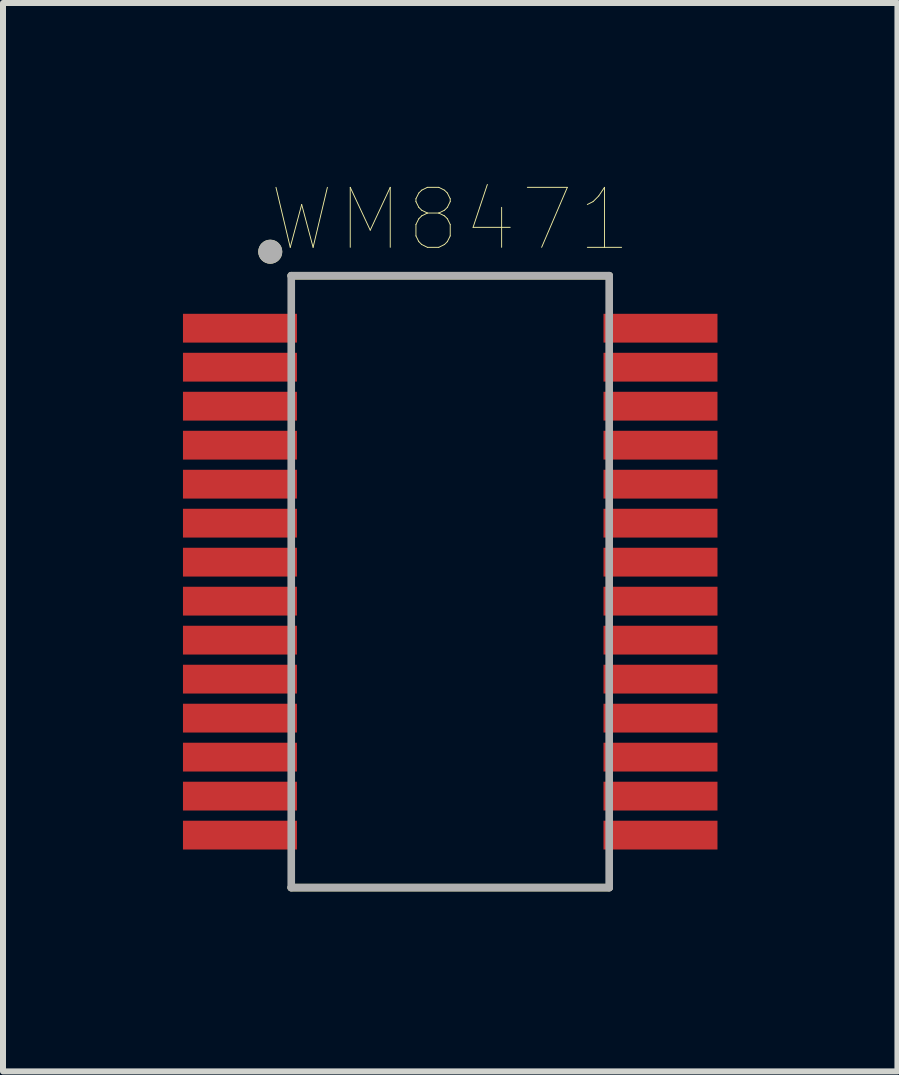
<source format=kicad_pcb>
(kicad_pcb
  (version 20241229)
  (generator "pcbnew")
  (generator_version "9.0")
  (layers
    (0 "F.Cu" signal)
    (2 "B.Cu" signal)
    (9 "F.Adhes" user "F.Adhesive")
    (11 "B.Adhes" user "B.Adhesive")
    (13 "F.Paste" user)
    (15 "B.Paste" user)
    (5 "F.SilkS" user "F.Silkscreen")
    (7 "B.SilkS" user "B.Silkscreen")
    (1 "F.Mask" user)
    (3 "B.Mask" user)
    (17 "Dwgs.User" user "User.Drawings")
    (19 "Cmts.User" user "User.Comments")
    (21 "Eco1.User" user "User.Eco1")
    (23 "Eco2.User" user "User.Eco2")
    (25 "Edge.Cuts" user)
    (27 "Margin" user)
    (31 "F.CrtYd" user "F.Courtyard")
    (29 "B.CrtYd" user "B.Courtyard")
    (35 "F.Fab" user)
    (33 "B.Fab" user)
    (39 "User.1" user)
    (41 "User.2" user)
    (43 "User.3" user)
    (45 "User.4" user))
  (footprint "WM8471"
    (layer "F.Cu")
    (at 4.455 6.646)
    (property "Reference" "WM8471" (at 0 -6.035 0) (layer "F.SilkS") (effects (font (size 1 1) (thickness 0.015))))
    (attr smd)
    (fp_line (start -2.65 -5.1) (end 2.65 -5.1) (stroke (width 0.127) (type solid)) (layer "F.SilkS"))
    (fp_line (start -2.65 5.1) (end 2.65 5.1) (stroke (width 0.127) (type solid)) (layer "F.SilkS"))
    (fp_circle (center -3 -5.5) (end -2.9 -5.5) (stroke (width 0.2) (type solid)) (fill no) (layer "F.SilkS"))
    (fp_line (start -2.65 -5.1) (end -2.65 5.1) (stroke (width 0.127) (type solid)) (layer "F.Fab"))
    (fp_line (start -2.65 -5.1) (end 2.65 -5.1) (stroke (width 0.127) (type solid)) (layer "F.Fab"))
    (fp_line (start -2.65 5.1) (end 2.65 5.1) (stroke (width 0.127) (type solid)) (layer "F.Fab"))
    (fp_line (start 2.65 -5.1) (end 2.65 5.1) (stroke (width 0.127) (type solid)) (layer "F.Fab"))
    (fp_circle (center -3 -5.5) (end -2.9 -5.5) (stroke (width 0.2) (type solid)) (fill no) (layer "F.Fab"))
    (pad "1" smd rect (at -3.505 -4.225) (size 1.9 0.48) (layers "F.Cu" "F.Mask" "F.Paste"))
    (pad "2" smd rect (at -3.505 -3.575) (size 1.9 0.48) (layers "F.Cu" "F.Mask" "F.Paste"))
    (pad "3" smd rect (at -3.505 -2.925) (size 1.9 0.48) (layers "F.Cu" "F.Mask" "F.Paste"))
    (pad "4" smd rect (at -3.505 -2.275) (size 1.9 0.48) (layers "F.Cu" "F.Mask" "F.Paste"))
    (pad "5" smd rect (at -3.505 -1.625) (size 1.9 0.48) (layers "F.Cu" "F.Mask" "F.Paste"))
    (pad "6" smd rect (at -3.505 -0.975) (size 1.9 0.48) (layers "F.Cu" "F.Mask" "F.Paste"))
    (pad "7" smd rect (at -3.505 -0.325) (size 1.9 0.48) (layers "F.Cu" "F.Mask" "F.Paste"))
    (pad "8" smd rect (at -3.505 0.325) (size 1.9 0.48) (layers "F.Cu" "F.Mask" "F.Paste"))
    (pad "9" smd rect (at -3.505 0.975) (size 1.9 0.48) (layers "F.Cu" "F.Mask" "F.Paste"))
    (pad "10" smd rect (at -3.505 1.625) (size 1.9 0.48) (layers "F.Cu" "F.Mask" "F.Paste"))
    (pad "11" smd rect (at -3.505 2.275) (size 1.9 0.48) (layers "F.Cu" "F.Mask" "F.Paste"))
    (pad "12" smd rect (at -3.505 2.925) (size 1.9 0.48) (layers "F.Cu" "F.Mask" "F.Paste"))
    (pad "13" smd rect (at -3.505 3.575) (size 1.9 0.48) (layers "F.Cu" "F.Mask" "F.Paste"))
    (pad "14" smd rect (at -3.505 4.225) (size 1.9 0.48) (layers "F.Cu" "F.Mask" "F.Paste"))
    (pad "15" smd rect (at 3.505 4.225) (size 1.9 0.48) (layers "F.Cu" "F.Mask" "F.Paste"))
    (pad "16" smd rect (at 3.505 3.575) (size 1.9 0.48) (layers "F.Cu" "F.Mask" "F.Paste"))
    (pad "17" smd rect (at 3.505 2.925) (size 1.9 0.48) (layers "F.Cu" "F.Mask" "F.Paste"))
    (pad "18" smd rect (at 3.505 2.275) (size 1.9 0.48) (layers "F.Cu" "F.Mask" "F.Paste"))
    (pad "19" smd rect (at 3.505 1.625) (size 1.9 0.48) (layers "F.Cu" "F.Mask" "F.Paste"))
    (pad "20" smd rect (at 3.505 0.975) (size 1.9 0.48) (layers "F.Cu" "F.Mask" "F.Paste"))
    (pad "21" smd rect (at 3.505 0.325) (size 1.9 0.48) (layers "F.Cu" "F.Mask" "F.Paste"))
    (pad "22" smd rect (at 3.505 -0.325) (size 1.9 0.48) (layers "F.Cu" "F.Mask" "F.Paste"))
    (pad "23" smd rect (at 3.505 -0.975) (size 1.9 0.48) (layers "F.Cu" "F.Mask" "F.Paste"))
    (pad "24" smd rect (at 3.505 -1.625) (size 1.9 0.48) (layers "F.Cu" "F.Mask" "F.Paste"))
    (pad "25" smd rect (at 3.505 -2.275) (size 1.9 0.48) (layers "F.Cu" "F.Mask" "F.Paste"))
    (pad "26" smd rect (at 3.505 -2.925) (size 1.9 0.48) (layers "F.Cu" "F.Mask" "F.Paste"))
    (pad "27" smd rect (at 3.505 -3.575) (size 1.9 0.48) (layers "F.Cu" "F.Mask" "F.Paste"))
    (pad "28" smd rect (at 3.505 -4.225) (size 1.9 0.48) (layers "F.Cu" "F.Mask" "F.Paste")))
  (gr_rect
    (start -3 -3)
    (end 11.91 14.81)
    (stroke (width 0.1) (type default))
    (fill no)
    (layer "Edge.Cuts")))
</source>
